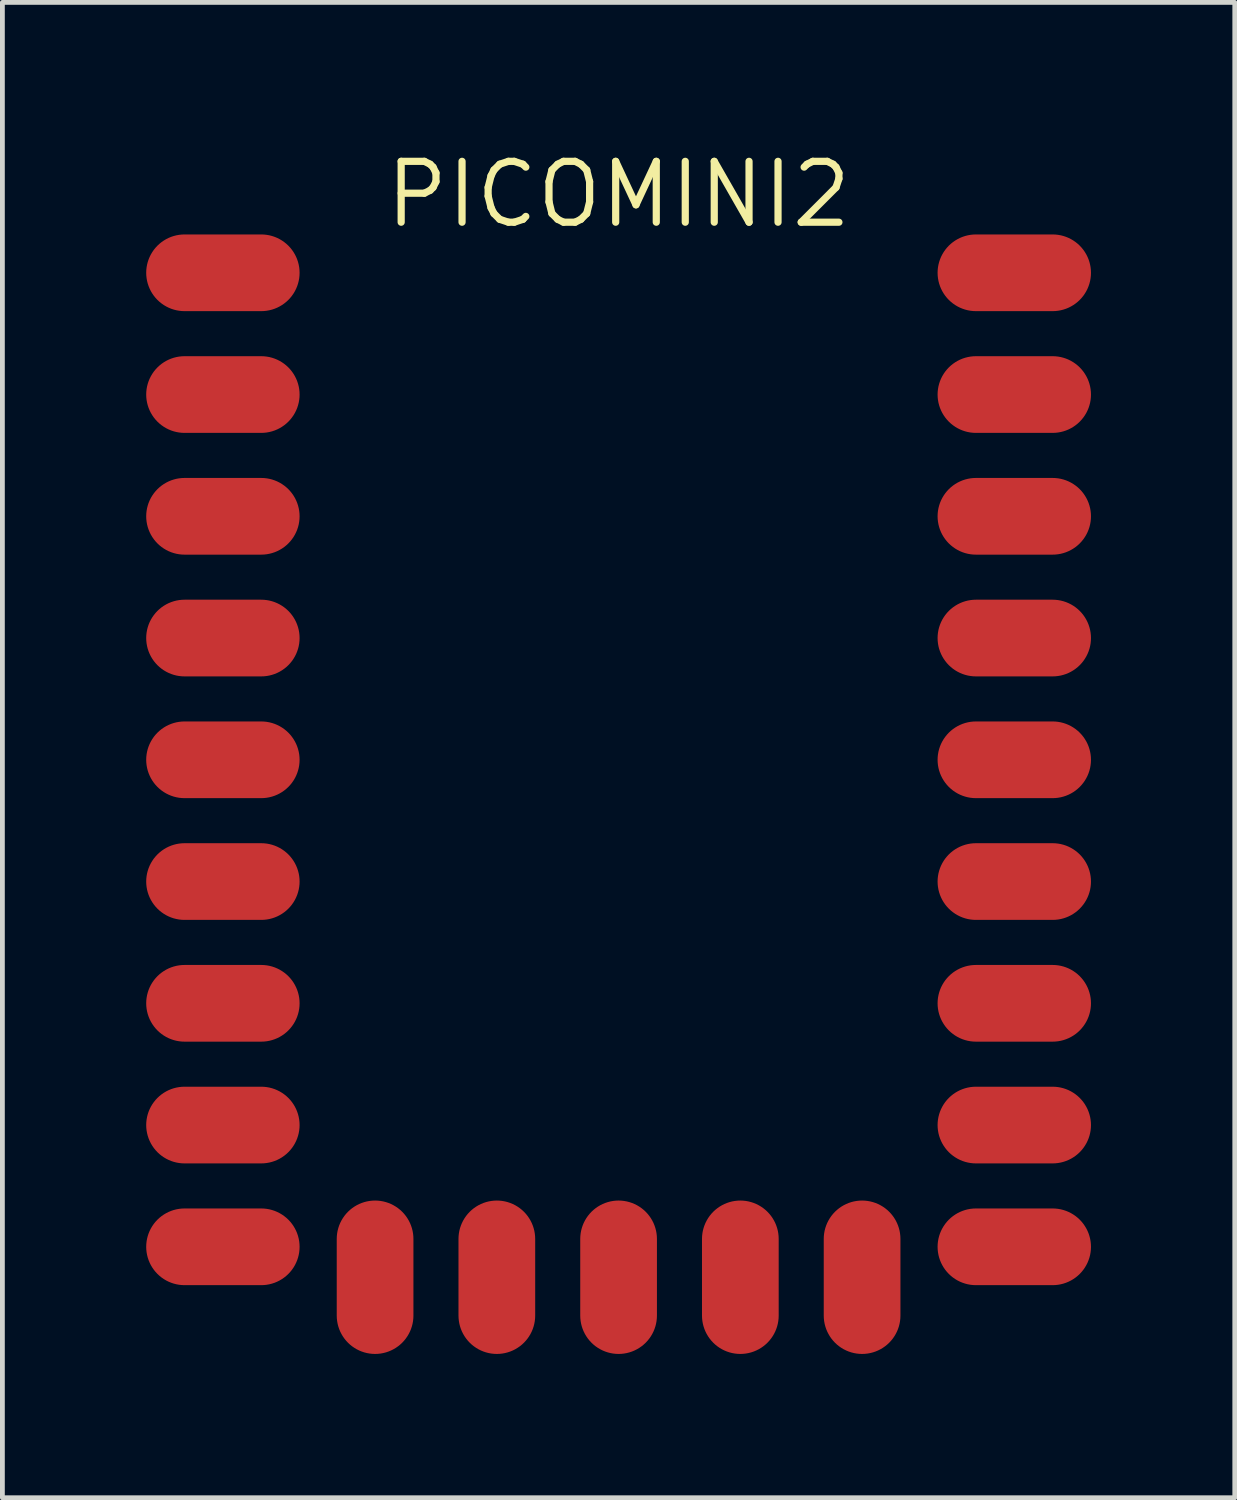
<source format=kicad_pcb>
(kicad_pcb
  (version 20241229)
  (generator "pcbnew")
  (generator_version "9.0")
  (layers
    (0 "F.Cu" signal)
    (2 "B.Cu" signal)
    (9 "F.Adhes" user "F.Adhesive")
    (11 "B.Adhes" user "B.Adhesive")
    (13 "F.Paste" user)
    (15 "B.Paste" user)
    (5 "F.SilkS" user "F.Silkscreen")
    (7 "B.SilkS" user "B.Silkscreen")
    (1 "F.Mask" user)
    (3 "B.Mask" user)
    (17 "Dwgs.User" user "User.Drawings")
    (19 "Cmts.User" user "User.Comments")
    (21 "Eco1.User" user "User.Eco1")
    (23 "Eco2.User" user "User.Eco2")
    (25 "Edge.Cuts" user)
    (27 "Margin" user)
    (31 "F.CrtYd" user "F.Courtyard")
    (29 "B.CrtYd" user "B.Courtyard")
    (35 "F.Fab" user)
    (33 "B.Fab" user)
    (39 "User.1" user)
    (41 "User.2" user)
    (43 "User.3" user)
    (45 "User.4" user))
  (footprint "PICOMINI2"
    (layer "F.Cu")
    (at 8.966 12.166)
    (property "Reference" "PICOMINI2" (at 0.889 -11.16 0) (layer "F.SilkS") (effects (font (size 1.27 1.27) (thickness 0.15))))
    (pad "0" smd oval (at 9.144 -9.525) (size 3.2 1.6) (layers "F.Cu" "F.Mask" "F.Paste"))
    (pad "1" smd oval (at 9.144 -6.985) (size 3.2 1.6) (layers "F.Cu" "F.Mask" "F.Paste"))
    (pad "2" smd oval (at 9.144 -4.445) (size 3.2 1.6) (layers "F.Cu" "F.Mask" "F.Paste"))
    (pad "3" smd oval (at 9.144 -1.905) (size 3.2 1.6) (layers "F.Cu" "F.Mask" "F.Paste"))
    (pad "4" smd oval (at 9.144 0.635) (size 3.2 1.6) (layers "F.Cu" "F.Mask" "F.Paste"))
    (pad "5" smd oval (at 9.144 3.175) (size 3.2 1.6) (layers "F.Cu" "F.Mask" "F.Paste"))
    (pad "6" smd oval (at 9.144 5.715) (size 3.2 1.6) (layers "F.Cu" "F.Mask" "F.Paste"))
    (pad "7" smd oval (at 9.144 8.255) (size 3.2 1.6) (layers "F.Cu" "F.Mask" "F.Paste"))
    (pad "8" smd oval (at 9.144 10.795) (size 3.2 1.6) (layers "F.Cu" "F.Mask" "F.Paste"))
    (pad "9" smd oval (at 5.969 11.43 90) (size 3.2 1.6) (layers "F.Cu" "F.Mask" "F.Paste"))
    (pad "10" smd oval (at 3.429 11.43 90) (size 3.2 1.6) (layers "F.Cu" "F.Mask" "F.Paste"))
    (pad "11" smd oval (at 0.889 11.43 90) (size 3.2 1.6) (layers "F.Cu" "F.Mask" "F.Paste"))
    (pad "12" smd oval (at -1.651 11.43 90) (size 3.2 1.6) (layers "F.Cu" "F.Mask" "F.Paste"))
    (pad "13" smd oval (at -4.191 11.43 90) (size 3.2 1.6) (layers "F.Cu" "F.Mask" "F.Paste"))
    (pad "14" smd oval (at -7.366 10.795) (size 3.2 1.6) (layers "F.Cu" "F.Mask" "F.Paste"))
    (pad "15" smd oval (at -7.366 8.255) (size 3.2 1.6) (layers "F.Cu" "F.Mask" "F.Paste"))
    (pad "16" smd oval (at -7.366 5.715) (size 3.2 1.6) (layers "F.Cu" "F.Mask" "F.Paste"))
    (pad "17" smd oval (at -7.366 3.175) (size 3.2 1.6) (layers "F.Cu" "F.Mask" "F.Paste"))
    (pad "18" smd oval (at -7.366 0.635) (size 3.2 1.6) (layers "F.Cu" "F.Mask" "F.Paste"))
    (pad "19" smd oval (at -7.366 -1.905) (size 3.2 1.6) (layers "F.Cu" "F.Mask" "F.Paste"))
    (pad "20" smd oval (at -7.366 -4.445) (size 3.2 1.6) (layers "F.Cu" "F.Mask" "F.Paste"))
    (pad "21" smd oval (at -7.366 -6.985) (size 3.2 1.6) (layers "F.Cu" "F.Mask" "F.Paste"))
    (pad "22" smd oval (at -7.366 -9.525) (size 3.2 1.6) (layers "F.Cu" "F.Mask" "F.Paste")))
  (gr_rect
    (start -3 -3)
    (end 22.71 28.196)
    (stroke (width 0.1) (type default))
    (fill no)
    (layer "Edge.Cuts")))
</source>
